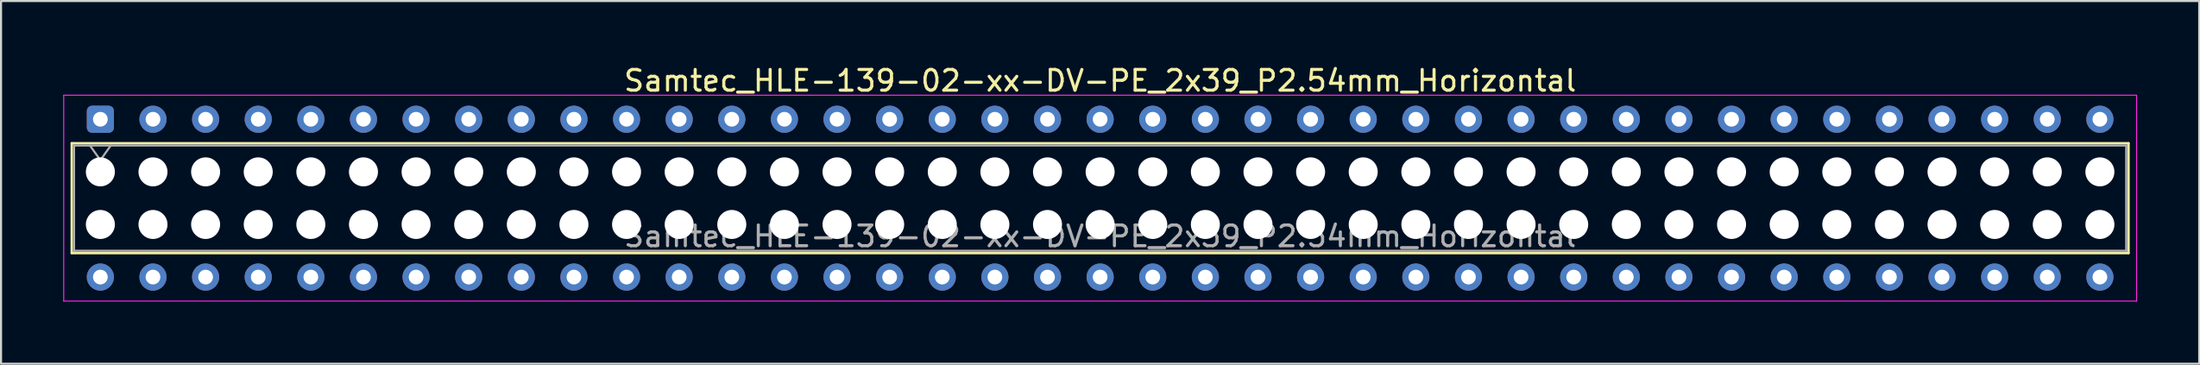
<source format=kicad_pcb>
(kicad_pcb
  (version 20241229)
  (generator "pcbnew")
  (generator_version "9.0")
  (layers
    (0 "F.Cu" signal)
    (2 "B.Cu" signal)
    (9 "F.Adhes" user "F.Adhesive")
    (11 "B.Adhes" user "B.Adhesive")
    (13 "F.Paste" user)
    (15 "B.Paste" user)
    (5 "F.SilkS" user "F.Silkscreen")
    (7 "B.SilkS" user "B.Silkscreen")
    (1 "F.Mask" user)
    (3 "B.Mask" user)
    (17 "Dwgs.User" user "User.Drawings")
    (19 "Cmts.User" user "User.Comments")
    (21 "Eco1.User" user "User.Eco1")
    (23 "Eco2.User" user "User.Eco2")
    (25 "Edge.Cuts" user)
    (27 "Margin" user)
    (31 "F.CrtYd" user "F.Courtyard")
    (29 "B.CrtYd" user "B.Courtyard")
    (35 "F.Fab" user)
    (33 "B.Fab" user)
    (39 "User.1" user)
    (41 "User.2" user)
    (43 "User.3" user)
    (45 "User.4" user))
  (footprint "Samtec_HLE-139-02-xx-DV-PE_2x39_P2.54mm_Horizontal"
    (layer "F.Cu")
    (at 1.795 2.708)
    (property "Reference" "Samtec_HLE-139-02-xx-DV-PE_2x39_P2.54mm_Horizontal" (at 48.26 -1.86 0) (layer "F.SilkS") (effects (font (size 1 1) (thickness 0.15))))
    (attr through_hole)
    (fp_line (start -1.38 1.16) (end 97.9 1.16) (stroke (width 0.12) (type solid)) (layer "F.SilkS"))
    (fp_line (start -1.38 6.46) (end -1.38 1.16) (stroke (width 0.12) (type solid)) (layer "F.SilkS"))
    (fp_line (start 97.9 1.16) (end 97.9 6.46) (stroke (width 0.12) (type solid)) (layer "F.SilkS"))
    (fp_line (start 97.9 6.46) (end -1.38 6.46) (stroke (width 0.12) (type solid)) (layer "F.SilkS"))
    (fp_line (start -1.77 -1.16) (end 98.29 -1.16) (stroke (width 0.05) (type solid)) (layer "F.CrtYd"))
    (fp_line (start -1.77 8.78) (end -1.77 -1.16) (stroke (width 0.05) (type solid)) (layer "F.CrtYd"))
    (fp_line (start 98.29 -1.16) (end 98.29 8.78) (stroke (width 0.05) (type solid)) (layer "F.CrtYd"))
    (fp_line (start 98.29 8.78) (end -1.77 8.78) (stroke (width 0.05) (type solid)) (layer "F.CrtYd"))
    (fp_line (start -1.27 1.27) (end 97.79 1.27) (stroke (width 0.1) (type solid)) (layer "F.Fab"))
    (fp_line (start -1.27 6.35) (end -1.27 1.27) (stroke (width 0.1) (type solid)) (layer "F.Fab"))
    (fp_line (start -0.5 1.27) (end 0 1.977) (stroke (width 0.1) (type solid)) (layer "F.Fab"))
    (fp_line (start 0 1.977) (end 0.5 1.27) (stroke (width 0.1) (type solid)) (layer "F.Fab"))
    (fp_line (start 97.79 1.27) (end 97.79 6.35) (stroke (width 0.1) (type solid)) (layer "F.Fab"))
    (fp_line (start 97.79 6.35) (end -1.27 6.35) (stroke (width 0.1) (type solid)) (layer "F.Fab"))
    (fp_text user "${REFERENCE}" (at 48.26 5.65 0) (layer "F.Fab") (effects (font (size 1 1) (thickness 0.15))))
    (pad "" np_thru_hole circle (at 0 2.54) (size 1.4 1.4) (drill 1.4) (layers "*.Cu" "*.Mask"))
    (pad "" np_thru_hole circle (at 0 5.08) (size 1.4 1.4) (drill 1.4) (layers "*.Cu" "*.Mask"))
    (pad "" np_thru_hole circle (at 2.54 2.54) (size 1.4 1.4) (drill 1.4) (layers "*.Cu" "*.Mask"))
    (pad "" np_thru_hole circle (at 2.54 5.08) (size 1.4 1.4) (drill 1.4) (layers "*.Cu" "*.Mask"))
    (pad "" np_thru_hole circle (at 5.08 2.54) (size 1.4 1.4) (drill 1.4) (layers "*.Cu" "*.Mask"))
    (pad "" np_thru_hole circle (at 5.08 5.08) (size 1.4 1.4) (drill 1.4) (layers "*.Cu" "*.Mask"))
    (pad "" np_thru_hole circle (at 7.62 2.54) (size 1.4 1.4) (drill 1.4) (layers "*.Cu" "*.Mask"))
    (pad "" np_thru_hole circle (at 7.62 5.08) (size 1.4 1.4) (drill 1.4) (layers "*.Cu" "*.Mask"))
    (pad "" np_thru_hole circle (at 10.16 2.54) (size 1.4 1.4) (drill 1.4) (layers "*.Cu" "*.Mask"))
    (pad "" np_thru_hole circle (at 10.16 5.08) (size 1.4 1.4) (drill 1.4) (layers "*.Cu" "*.Mask"))
    (pad "" np_thru_hole circle (at 12.7 2.54) (size 1.4 1.4) (drill 1.4) (layers "*.Cu" "*.Mask"))
    (pad "" np_thru_hole circle (at 12.7 5.08) (size 1.4 1.4) (drill 1.4) (layers "*.Cu" "*.Mask"))
    (pad "" np_thru_hole circle (at 15.24 2.54) (size 1.4 1.4) (drill 1.4) (layers "*.Cu" "*.Mask"))
    (pad "" np_thru_hole circle (at 15.24 5.08) (size 1.4 1.4) (drill 1.4) (layers "*.Cu" "*.Mask"))
    (pad "" np_thru_hole circle (at 17.78 2.54) (size 1.4 1.4) (drill 1.4) (layers "*.Cu" "*.Mask"))
    (pad "" np_thru_hole circle (at 17.78 5.08) (size 1.4 1.4) (drill 1.4) (layers "*.Cu" "*.Mask"))
    (pad "" np_thru_hole circle (at 20.32 2.54) (size 1.4 1.4) (drill 1.4) (layers "*.Cu" "*.Mask"))
    (pad "" np_thru_hole circle (at 20.32 5.08) (size 1.4 1.4) (drill 1.4) (layers "*.Cu" "*.Mask"))
    (pad "" np_thru_hole circle (at 22.86 2.54) (size 1.4 1.4) (drill 1.4) (layers "*.Cu" "*.Mask"))
    (pad "" np_thru_hole circle (at 22.86 5.08) (size 1.4 1.4) (drill 1.4) (layers "*.Cu" "*.Mask"))
    (pad "" np_thru_hole circle (at 25.4 2.54) (size 1.4 1.4) (drill 1.4) (layers "*.Cu" "*.Mask"))
    (pad "" np_thru_hole circle (at 25.4 5.08) (size 1.4 1.4) (drill 1.4) (layers "*.Cu" "*.Mask"))
    (pad "" np_thru_hole circle (at 27.94 2.54) (size 1.4 1.4) (drill 1.4) (layers "*.Cu" "*.Mask"))
    (pad "" np_thru_hole circle (at 27.94 5.08) (size 1.4 1.4) (drill 1.4) (layers "*.Cu" "*.Mask"))
    (pad "" np_thru_hole circle (at 30.48 2.54) (size 1.4 1.4) (drill 1.4) (layers "*.Cu" "*.Mask"))
    (pad "" np_thru_hole circle (at 30.48 5.08) (size 1.4 1.4) (drill 1.4) (layers "*.Cu" "*.Mask"))
    (pad "" np_thru_hole circle (at 33.02 2.54) (size 1.4 1.4) (drill 1.4) (layers "*.Cu" "*.Mask"))
    (pad "" np_thru_hole circle (at 33.02 5.08) (size 1.4 1.4) (drill 1.4) (layers "*.Cu" "*.Mask"))
    (pad "" np_thru_hole circle (at 35.56 2.54) (size 1.4 1.4) (drill 1.4) (layers "*.Cu" "*.Mask"))
    (pad "" np_thru_hole circle (at 35.56 5.08) (size 1.4 1.4) (drill 1.4) (layers "*.Cu" "*.Mask"))
    (pad "" np_thru_hole circle (at 38.1 2.54) (size 1.4 1.4) (drill 1.4) (layers "*.Cu" "*.Mask"))
    (pad "" np_thru_hole circle (at 38.1 5.08) (size 1.4 1.4) (drill 1.4) (layers "*.Cu" "*.Mask"))
    (pad "" np_thru_hole circle (at 40.64 2.54) (size 1.4 1.4) (drill 1.4) (layers "*.Cu" "*.Mask"))
    (pad "" np_thru_hole circle (at 40.64 5.08) (size 1.4 1.4) (drill 1.4) (layers "*.Cu" "*.Mask"))
    (pad "" np_thru_hole circle (at 43.18 2.54) (size 1.4 1.4) (drill 1.4) (layers "*.Cu" "*.Mask"))
    (pad "" np_thru_hole circle (at 43.18 5.08) (size 1.4 1.4) (drill 1.4) (layers "*.Cu" "*.Mask"))
    (pad "" np_thru_hole circle (at 45.72 2.54) (size 1.4 1.4) (drill 1.4) (layers "*.Cu" "*.Mask"))
    (pad "" np_thru_hole circle (at 45.72 5.08) (size 1.4 1.4) (drill 1.4) (layers "*.Cu" "*.Mask"))
    (pad "" np_thru_hole circle (at 48.26 2.54) (size 1.4 1.4) (drill 1.4) (layers "*.Cu" "*.Mask"))
    (pad "" np_thru_hole circle (at 48.26 5.08) (size 1.4 1.4) (drill 1.4) (layers "*.Cu" "*.Mask"))
    (pad "" np_thru_hole circle (at 50.8 2.54) (size 1.4 1.4) (drill 1.4) (layers "*.Cu" "*.Mask"))
    (pad "" np_thru_hole circle (at 50.8 5.08) (size 1.4 1.4) (drill 1.4) (layers "*.Cu" "*.Mask"))
    (pad "" np_thru_hole circle (at 53.34 2.54) (size 1.4 1.4) (drill 1.4) (layers "*.Cu" "*.Mask"))
    (pad "" np_thru_hole circle (at 53.34 5.08) (size 1.4 1.4) (drill 1.4) (layers "*.Cu" "*.Mask"))
    (pad "" np_thru_hole circle (at 55.88 2.54) (size 1.4 1.4) (drill 1.4) (layers "*.Cu" "*.Mask"))
    (pad "" np_thru_hole circle (at 55.88 5.08) (size 1.4 1.4) (drill 1.4) (layers "*.Cu" "*.Mask"))
    (pad "" np_thru_hole circle (at 58.42 2.54) (size 1.4 1.4) (drill 1.4) (layers "*.Cu" "*.Mask"))
    (pad "" np_thru_hole circle (at 58.42 5.08) (size 1.4 1.4) (drill 1.4) (layers "*.Cu" "*.Mask"))
    (pad "" np_thru_hole circle (at 60.96 2.54) (size 1.4 1.4) (drill 1.4) (layers "*.Cu" "*.Mask"))
    (pad "" np_thru_hole circle (at 60.96 5.08) (size 1.4 1.4) (drill 1.4) (layers "*.Cu" "*.Mask"))
    (pad "" np_thru_hole circle (at 63.5 2.54) (size 1.4 1.4) (drill 1.4) (layers "*.Cu" "*.Mask"))
    (pad "" np_thru_hole circle (at 63.5 5.08) (size 1.4 1.4) (drill 1.4) (layers "*.Cu" "*.Mask"))
    (pad "" np_thru_hole circle (at 66.04 2.54) (size 1.4 1.4) (drill 1.4) (layers "*.Cu" "*.Mask"))
    (pad "" np_thru_hole circle (at 66.04 5.08) (size 1.4 1.4) (drill 1.4) (layers "*.Cu" "*.Mask"))
    (pad "" np_thru_hole circle (at 68.58 2.54) (size 1.4 1.4) (drill 1.4) (layers "*.Cu" "*.Mask"))
    (pad "" np_thru_hole circle (at 68.58 5.08) (size 1.4 1.4) (drill 1.4) (layers "*.Cu" "*.Mask"))
    (pad "" np_thru_hole circle (at 71.12 2.54) (size 1.4 1.4) (drill 1.4) (layers "*.Cu" "*.Mask"))
    (pad "" np_thru_hole circle (at 71.12 5.08) (size 1.4 1.4) (drill 1.4) (layers "*.Cu" "*.Mask"))
    (pad "" np_thru_hole circle (at 73.66 2.54) (size 1.4 1.4) (drill 1.4) (layers "*.Cu" "*.Mask"))
    (pad "" np_thru_hole circle (at 73.66 5.08) (size 1.4 1.4) (drill 1.4) (layers "*.Cu" "*.Mask"))
    (pad "" np_thru_hole circle (at 76.2 2.54) (size 1.4 1.4) (drill 1.4) (layers "*.Cu" "*.Mask"))
    (pad "" np_thru_hole circle (at 76.2 5.08) (size 1.4 1.4) (drill 1.4) (layers "*.Cu" "*.Mask"))
    (pad "" np_thru_hole circle (at 78.74 2.54) (size 1.4 1.4) (drill 1.4) (layers "*.Cu" "*.Mask"))
    (pad "" np_thru_hole circle (at 78.74 5.08) (size 1.4 1.4) (drill 1.4) (layers "*.Cu" "*.Mask"))
    (pad "" np_thru_hole circle (at 81.28 2.54) (size 1.4 1.4) (drill 1.4) (layers "*.Cu" "*.Mask"))
    (pad "" np_thru_hole circle (at 81.28 5.08) (size 1.4 1.4) (drill 1.4) (layers "*.Cu" "*.Mask"))
    (pad "" np_thru_hole circle (at 83.82 2.54) (size 1.4 1.4) (drill 1.4) (layers "*.Cu" "*.Mask"))
    (pad "" np_thru_hole circle (at 83.82 5.08) (size 1.4 1.4) (drill 1.4) (layers "*.Cu" "*.Mask"))
    (pad "" np_thru_hole circle (at 86.36 2.54) (size 1.4 1.4) (drill 1.4) (layers "*.Cu" "*.Mask"))
    (pad "" np_thru_hole circle (at 86.36 5.08) (size 1.4 1.4) (drill 1.4) (layers "*.Cu" "*.Mask"))
    (pad "" np_thru_hole circle (at 88.9 2.54) (size 1.4 1.4) (drill 1.4) (layers "*.Cu" "*.Mask"))
    (pad "" np_thru_hole circle (at 88.9 5.08) (size 1.4 1.4) (drill 1.4) (layers "*.Cu" "*.Mask"))
    (pad "" np_thru_hole circle (at 91.44 2.54) (size 1.4 1.4) (drill 1.4) (layers "*.Cu" "*.Mask"))
    (pad "" np_thru_hole circle (at 91.44 5.08) (size 1.4 1.4) (drill 1.4) (layers "*.Cu" "*.Mask"))
    (pad "" np_thru_hole circle (at 93.98 2.54) (size 1.4 1.4) (drill 1.4) (layers "*.Cu" "*.Mask"))
    (pad "" np_thru_hole circle (at 93.98 5.08) (size 1.4 1.4) (drill 1.4) (layers "*.Cu" "*.Mask"))
    (pad "" np_thru_hole circle (at 96.52 2.54) (size 1.4 1.4) (drill 1.4) (layers "*.Cu" "*.Mask"))
    (pad "" np_thru_hole circle (at 96.52 5.08) (size 1.4 1.4) (drill 1.4) (layers "*.Cu" "*.Mask"))
    (pad "1" thru_hole roundrect (at 0 0) (size 1.31 1.31) (drill 0.71) (layers "*.Cu" "*.Mask") (roundrect_rratio 0.191))
    (pad "2" thru_hole circle (at 0 7.62) (size 1.31 1.31) (drill 0.71) (layers "*.Cu" "*.Mask"))
    (pad "3" thru_hole circle (at 2.54 0) (size 1.31 1.31) (drill 0.71) (layers "*.Cu" "*.Mask"))
    (pad "4" thru_hole circle (at 2.54 7.62) (size 1.31 1.31) (drill 0.71) (layers "*.Cu" "*.Mask"))
    (pad "5" thru_hole circle (at 5.08 0) (size 1.31 1.31) (drill 0.71) (layers "*.Cu" "*.Mask"))
    (pad "6" thru_hole circle (at 5.08 7.62) (size 1.31 1.31) (drill 0.71) (layers "*.Cu" "*.Mask"))
    (pad "7" thru_hole circle (at 7.62 0) (size 1.31 1.31) (drill 0.71) (layers "*.Cu" "*.Mask"))
    (pad "8" thru_hole circle (at 7.62 7.62) (size 1.31 1.31) (drill 0.71) (layers "*.Cu" "*.Mask"))
    (pad "9" thru_hole circle (at 10.16 0) (size 1.31 1.31) (drill 0.71) (layers "*.Cu" "*.Mask"))
    (pad "10" thru_hole circle (at 10.16 7.62) (size 1.31 1.31) (drill 0.71) (layers "*.Cu" "*.Mask"))
    (pad "11" thru_hole circle (at 12.7 0) (size 1.31 1.31) (drill 0.71) (layers "*.Cu" "*.Mask"))
    (pad "12" thru_hole circle (at 12.7 7.62) (size 1.31 1.31) (drill 0.71) (layers "*.Cu" "*.Mask"))
    (pad "13" thru_hole circle (at 15.24 0) (size 1.31 1.31) (drill 0.71) (layers "*.Cu" "*.Mask"))
    (pad "14" thru_hole circle (at 15.24 7.62) (size 1.31 1.31) (drill 0.71) (layers "*.Cu" "*.Mask"))
    (pad "15" thru_hole circle (at 17.78 0) (size 1.31 1.31) (drill 0.71) (layers "*.Cu" "*.Mask"))
    (pad "16" thru_hole circle (at 17.78 7.62) (size 1.31 1.31) (drill 0.71) (layers "*.Cu" "*.Mask"))
    (pad "17" thru_hole circle (at 20.32 0) (size 1.31 1.31) (drill 0.71) (layers "*.Cu" "*.Mask"))
    (pad "18" thru_hole circle (at 20.32 7.62) (size 1.31 1.31) (drill 0.71) (layers "*.Cu" "*.Mask"))
    (pad "19" thru_hole circle (at 22.86 0) (size 1.31 1.31) (drill 0.71) (layers "*.Cu" "*.Mask"))
    (pad "20" thru_hole circle (at 22.86 7.62) (size 1.31 1.31) (drill 0.71) (layers "*.Cu" "*.Mask"))
    (pad "21" thru_hole circle (at 25.4 0) (size 1.31 1.31) (drill 0.71) (layers "*.Cu" "*.Mask"))
    (pad "22" thru_hole circle (at 25.4 7.62) (size 1.31 1.31) (drill 0.71) (layers "*.Cu" "*.Mask"))
    (pad "23" thru_hole circle (at 27.94 0) (size 1.31 1.31) (drill 0.71) (layers "*.Cu" "*.Mask"))
    (pad "24" thru_hole circle (at 27.94 7.62) (size 1.31 1.31) (drill 0.71) (layers "*.Cu" "*.Mask"))
    (pad "25" thru_hole circle (at 30.48 0) (size 1.31 1.31) (drill 0.71) (layers "*.Cu" "*.Mask"))
    (pad "26" thru_hole circle (at 30.48 7.62) (size 1.31 1.31) (drill 0.71) (layers "*.Cu" "*.Mask"))
    (pad "27" thru_hole circle (at 33.02 0) (size 1.31 1.31) (drill 0.71) (layers "*.Cu" "*.Mask"))
    (pad "28" thru_hole circle (at 33.02 7.62) (size 1.31 1.31) (drill 0.71) (layers "*.Cu" "*.Mask"))
    (pad "29" thru_hole circle (at 35.56 0) (size 1.31 1.31) (drill 0.71) (layers "*.Cu" "*.Mask"))
    (pad "30" thru_hole circle (at 35.56 7.62) (size 1.31 1.31) (drill 0.71) (layers "*.Cu" "*.Mask"))
    (pad "31" thru_hole circle (at 38.1 0) (size 1.31 1.31) (drill 0.71) (layers "*.Cu" "*.Mask"))
    (pad "32" thru_hole circle (at 38.1 7.62) (size 1.31 1.31) (drill 0.71) (layers "*.Cu" "*.Mask"))
    (pad "33" thru_hole circle (at 40.64 0) (size 1.31 1.31) (drill 0.71) (layers "*.Cu" "*.Mask"))
    (pad "34" thru_hole circle (at 40.64 7.62) (size 1.31 1.31) (drill 0.71) (layers "*.Cu" "*.Mask"))
    (pad "35" thru_hole circle (at 43.18 0) (size 1.31 1.31) (drill 0.71) (layers "*.Cu" "*.Mask"))
    (pad "36" thru_hole circle (at 43.18 7.62) (size 1.31 1.31) (drill 0.71) (layers "*.Cu" "*.Mask"))
    (pad "37" thru_hole circle (at 45.72 0) (size 1.31 1.31) (drill 0.71) (layers "*.Cu" "*.Mask"))
    (pad "38" thru_hole circle (at 45.72 7.62) (size 1.31 1.31) (drill 0.71) (layers "*.Cu" "*.Mask"))
    (pad "39" thru_hole circle (at 48.26 0) (size 1.31 1.31) (drill 0.71) (layers "*.Cu" "*.Mask"))
    (pad "40" thru_hole circle (at 48.26 7.62) (size 1.31 1.31) (drill 0.71) (layers "*.Cu" "*.Mask"))
    (pad "41" thru_hole circle (at 50.8 0) (size 1.31 1.31) (drill 0.71) (layers "*.Cu" "*.Mask"))
    (pad "42" thru_hole circle (at 50.8 7.62) (size 1.31 1.31) (drill 0.71) (layers "*.Cu" "*.Mask"))
    (pad "43" thru_hole circle (at 53.34 0) (size 1.31 1.31) (drill 0.71) (layers "*.Cu" "*.Mask"))
    (pad "44" thru_hole circle (at 53.34 7.62) (size 1.31 1.31) (drill 0.71) (layers "*.Cu" "*.Mask"))
    (pad "45" thru_hole circle (at 55.88 0) (size 1.31 1.31) (drill 0.71) (layers "*.Cu" "*.Mask"))
    (pad "46" thru_hole circle (at 55.88 7.62) (size 1.31 1.31) (drill 0.71) (layers "*.Cu" "*.Mask"))
    (pad "47" thru_hole circle (at 58.42 0) (size 1.31 1.31) (drill 0.71) (layers "*.Cu" "*.Mask"))
    (pad "48" thru_hole circle (at 58.42 7.62) (size 1.31 1.31) (drill 0.71) (layers "*.Cu" "*.Mask"))
    (pad "49" thru_hole circle (at 60.96 0) (size 1.31 1.31) (drill 0.71) (layers "*.Cu" "*.Mask"))
    (pad "50" thru_hole circle (at 60.96 7.62) (size 1.31 1.31) (drill 0.71) (layers "*.Cu" "*.Mask"))
    (pad "51" thru_hole circle (at 63.5 0) (size 1.31 1.31) (drill 0.71) (layers "*.Cu" "*.Mask"))
    (pad "52" thru_hole circle (at 63.5 7.62) (size 1.31 1.31) (drill 0.71) (layers "*.Cu" "*.Mask"))
    (pad "53" thru_hole circle (at 66.04 0) (size 1.31 1.31) (drill 0.71) (layers "*.Cu" "*.Mask"))
    (pad "54" thru_hole circle (at 66.04 7.62) (size 1.31 1.31) (drill 0.71) (layers "*.Cu" "*.Mask"))
    (pad "55" thru_hole circle (at 68.58 0) (size 1.31 1.31) (drill 0.71) (layers "*.Cu" "*.Mask"))
    (pad "56" thru_hole circle (at 68.58 7.62) (size 1.31 1.31) (drill 0.71) (layers "*.Cu" "*.Mask"))
    (pad "57" thru_hole circle (at 71.12 0) (size 1.31 1.31) (drill 0.71) (layers "*.Cu" "*.Mask"))
    (pad "58" thru_hole circle (at 71.12 7.62) (size 1.31 1.31) (drill 0.71) (layers "*.Cu" "*.Mask"))
    (pad "59" thru_hole circle (at 73.66 0) (size 1.31 1.31) (drill 0.71) (layers "*.Cu" "*.Mask"))
    (pad "60" thru_hole circle (at 73.66 7.62) (size 1.31 1.31) (drill 0.71) (layers "*.Cu" "*.Mask"))
    (pad "61" thru_hole circle (at 76.2 0) (size 1.31 1.31) (drill 0.71) (layers "*.Cu" "*.Mask"))
    (pad "62" thru_hole circle (at 76.2 7.62) (size 1.31 1.31) (drill 0.71) (layers "*.Cu" "*.Mask"))
    (pad "63" thru_hole circle (at 78.74 0) (size 1.31 1.31) (drill 0.71) (layers "*.Cu" "*.Mask"))
    (pad "64" thru_hole circle (at 78.74 7.62) (size 1.31 1.31) (drill 0.71) (layers "*.Cu" "*.Mask"))
    (pad "65" thru_hole circle (at 81.28 0) (size 1.31 1.31) (drill 0.71) (layers "*.Cu" "*.Mask"))
    (pad "66" thru_hole circle (at 81.28 7.62) (size 1.31 1.31) (drill 0.71) (layers "*.Cu" "*.Mask"))
    (pad "67" thru_hole circle (at 83.82 0) (size 1.31 1.31) (drill 0.71) (layers "*.Cu" "*.Mask"))
    (pad "68" thru_hole circle (at 83.82 7.62) (size 1.31 1.31) (drill 0.71) (layers "*.Cu" "*.Mask"))
    (pad "69" thru_hole circle (at 86.36 0) (size 1.31 1.31) (drill 0.71) (layers "*.Cu" "*.Mask"))
    (pad "70" thru_hole circle (at 86.36 7.62) (size 1.31 1.31) (drill 0.71) (layers "*.Cu" "*.Mask"))
    (pad "71" thru_hole circle (at 88.9 0) (size 1.31 1.31) (drill 0.71) (layers "*.Cu" "*.Mask"))
    (pad "72" thru_hole circle (at 88.9 7.62) (size 1.31 1.31) (drill 0.71) (layers "*.Cu" "*.Mask"))
    (pad "73" thru_hole circle (at 91.44 0) (size 1.31 1.31) (drill 0.71) (layers "*.Cu" "*.Mask"))
    (pad "74" thru_hole circle (at 91.44 7.62) (size 1.31 1.31) (drill 0.71) (layers "*.Cu" "*.Mask"))
    (pad "75" thru_hole circle (at 93.98 0) (size 1.31 1.31) (drill 0.71) (layers "*.Cu" "*.Mask"))
    (pad "76" thru_hole circle (at 93.98 7.62) (size 1.31 1.31) (drill 0.71) (layers "*.Cu" "*.Mask"))
    (pad "77" thru_hole circle (at 96.52 0) (size 1.31 1.31) (drill 0.71) (layers "*.Cu" "*.Mask"))
    (pad "78" thru_hole circle (at 96.52 7.62) (size 1.31 1.31) (drill 0.71) (layers "*.Cu" "*.Mask")))
  (gr_rect
    (start -3 -3)
    (end 103.11 14.513)
    (stroke (width 0.1) (type default))
    (fill no)
    (layer "Edge.Cuts")))
</source>
